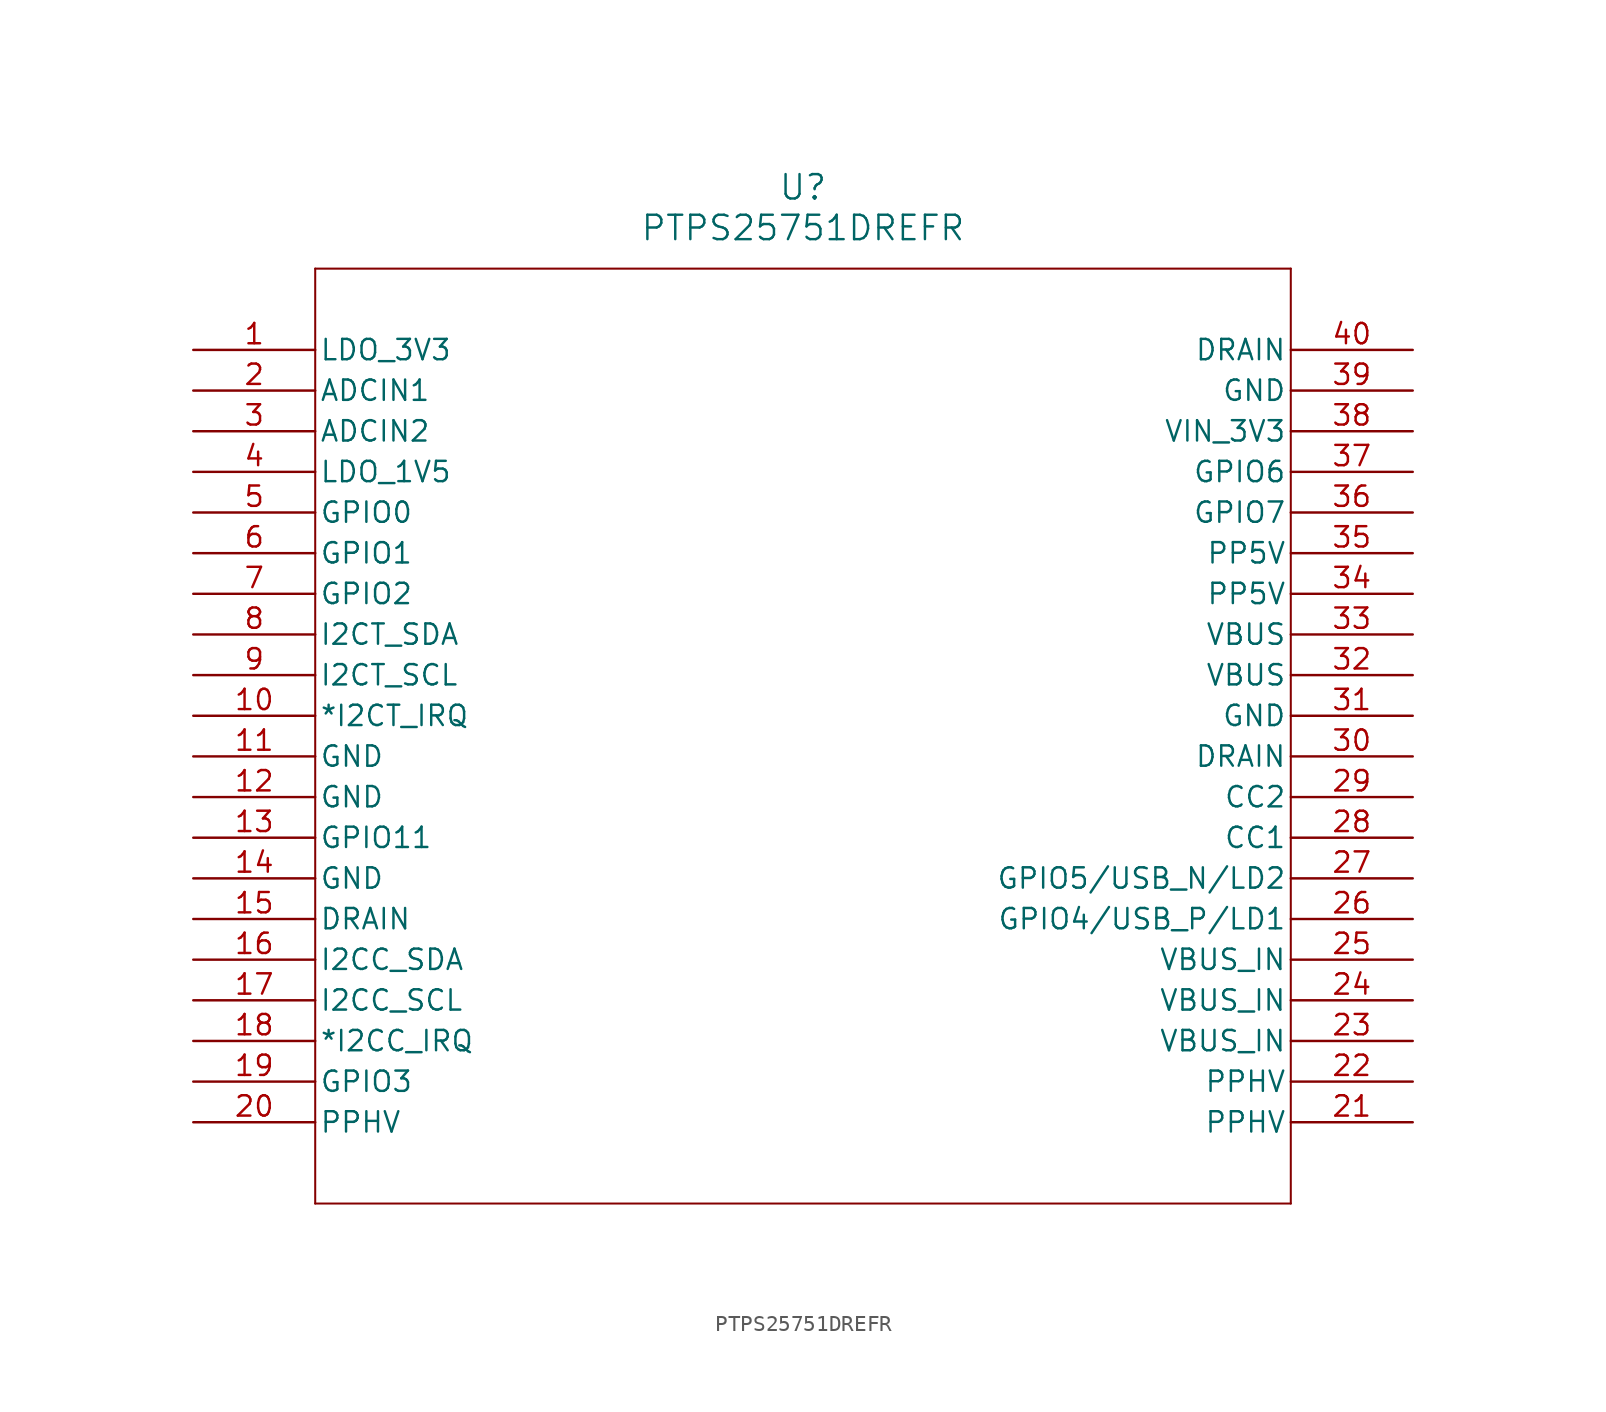
<source format=kicad_sym>
(kicad_symbol_lib
  (version 20211014)
  (generator kicad_symbol_editor)
  (symbol "PTPS25751DREFR"
    (pin_names
      (offset 0.254))
    (property "Reference" "U"
      (at 38.1 10.16 0)
      (effects (font (size 1.524 1.524))))
    (property "Value" "PTPS25751DREFR"
      (at 38.1 7.62 0)
      (effects (font (size 1.524 1.524))))
    (symbol "PTPS25751DREFR_0_1"
      (polyline (pts (xy 7.62 5.08) (xy 7.62 -53.34)) (stroke (width 0.127) (type default) (color 0 0 0 0)) (fill (type none)))
      (polyline (pts (xy 7.62 -53.34) (xy 68.58 -53.34)) (stroke (width 0.127) (type default) (color 0 0 0 0)) (fill (type none)))
      (polyline (pts (xy 68.58 -53.34) (xy 68.58 5.08)) (stroke (width 0.127) (type default) (color 0 0 0 0)) (fill (type none)))
      (polyline (pts (xy 68.58 5.08) (xy 7.62 5.08)) (stroke (width 0.127) (type default) (color 0 0 0 0)) (fill (type none)))
      (pin output line (at 0 0 0) (length 7.62) (name "LDO_3V3" (effects (font (size 1.27 1.27)))) (number "1" (effects (font (size 1.27 1.27)))))
      (pin input line (at 0 -2.54 0) (length 7.62) (name "ADCIN1" (effects (font (size 1.27 1.27)))) (number "2" (effects (font (size 1.27 1.27)))))
      (pin input line (at 0 -5.08 0) (length 7.62) (name "ADCIN2" (effects (font (size 1.27 1.27)))) (number "3" (effects (font (size 1.27 1.27)))))
      (pin output line (at 0 -7.62 0) (length 7.62) (name "LDO_1V5" (effects (font (size 1.27 1.27)))) (number "4" (effects (font (size 1.27 1.27)))))
      (pin bidirectional line (at 0 -10.16 0) (length 7.62) (name "GPIO0" (effects (font (size 1.27 1.27)))) (number "5" (effects (font (size 1.27 1.27)))))
      (pin bidirectional line (at 0 -12.7 0) (length 7.62) (name "GPIO1" (effects (font (size 1.27 1.27)))) (number "6" (effects (font (size 1.27 1.27)))))
      (pin bidirectional line (at 0 -15.24 0) (length 7.62) (name "GPIO2" (effects (font (size 1.27 1.27)))) (number "7" (effects (font (size 1.27 1.27)))))
      (pin unspecified line (at 0 -17.78 0) (length 7.62) (name "I2CT_SDA" (effects (font (size 1.27 1.27)))) (number "8" (effects (font (size 1.27 1.27)))))
      (pin input line (at 0 -20.32 0) (length 7.62) (name "I2CT_SCL" (effects (font (size 1.27 1.27)))) (number "9" (effects (font (size 1.27 1.27)))))
      (pin output line (at 0 -22.86 0) (length 7.62) (name "*I2CT_IRQ" (effects (font (size 1.27 1.27)))) (number "10" (effects (font (size 1.27 1.27)))))
      (pin power_out line (at 0 -25.4 0) (length 7.62) (name "GND" (effects (font (size 1.27 1.27)))) (number "11" (effects (font (size 1.27 1.27)))))
      (pin power_out line (at 0 -27.94 0) (length 7.62) (name "GND" (effects (font (size 1.27 1.27)))) (number "12" (effects (font (size 1.27 1.27)))))
      (pin bidirectional line (at 0 -30.48 0) (length 7.62) (name "GPIO11" (effects (font (size 1.27 1.27)))) (number "13" (effects (font (size 1.27 1.27)))))
      (pin power_out line (at 0 -33.02 0) (length 7.62) (name "GND" (effects (font (size 1.27 1.27)))) (number "14" (effects (font (size 1.27 1.27)))))
      (pin unspecified line (at 0 -35.56 0) (length 7.62) (name "DRAIN" (effects (font (size 1.27 1.27)))) (number "15" (effects (font (size 1.27 1.27)))))
      (pin bidirectional line (at 0 -38.1 0) (length 7.62) (name "I2CC_SDA" (effects (font (size 1.27 1.27)))) (number "16" (effects (font (size 1.27 1.27)))))
      (pin output line (at 0 -40.64 0) (length 7.62) (name "I2CC_SCL" (effects (font (size 1.27 1.27)))) (number "17" (effects (font (size 1.27 1.27)))))
      (pin input line (at 0 -43.18 0) (length 7.62) (name "*I2CC_IRQ" (effects (font (size 1.27 1.27)))) (number "18" (effects (font (size 1.27 1.27)))))
      (pin bidirectional line (at 0 -45.72 0) (length 7.62) (name "GPIO3" (effects (font (size 1.27 1.27)))) (number "19" (effects (font (size 1.27 1.27)))))
      (pin bidirectional line (at 0 -48.26 0) (length 7.62) (name "PPHV" (effects (font (size 1.27 1.27)))) (number "20" (effects (font (size 1.27 1.27)))))
      (pin bidirectional line (at 76.2 -48.26 180) (length 7.62) (name "PPHV" (effects (font (size 1.27 1.27)))) (number "21" (effects (font (size 1.27 1.27)))))
      (pin bidirectional line (at 76.2 -45.72 180) (length 7.62) (name "PPHV" (effects (font (size 1.27 1.27)))) (number "22" (effects (font (size 1.27 1.27)))))
      (pin bidirectional line (at 76.2 -43.18 180) (length 7.62) (name "VBUS_IN" (effects (font (size 1.27 1.27)))) (number "23" (effects (font (size 1.27 1.27)))))
      (pin bidirectional line (at 76.2 -40.64 180) (length 7.62) (name "VBUS_IN" (effects (font (size 1.27 1.27)))) (number "24" (effects (font (size 1.27 1.27)))))
      (pin bidirectional line (at 76.2 -38.1 180) (length 7.62) (name "VBUS_IN" (effects (font (size 1.27 1.27)))) (number "25" (effects (font (size 1.27 1.27)))))
      (pin bidirectional line (at 76.2 -35.56 180) (length 7.62) (name "GPIO4/USB_P/LD1" (effects (font (size 1.27 1.27)))) (number "26" (effects (font (size 1.27 1.27)))))
      (pin bidirectional line (at 76.2 -33.02 180) (length 7.62) (name "GPIO5/USB_N/LD2" (effects (font (size 1.27 1.27)))) (number "27" (effects (font (size 1.27 1.27)))))
      (pin bidirectional line (at 76.2 -30.48 180) (length 7.62) (name "CC1" (effects (font (size 1.27 1.27)))) (number "28" (effects (font (size 1.27 1.27)))))
      (pin bidirectional line (at 76.2 -27.94 180) (length 7.62) (name "CC2" (effects (font (size 1.27 1.27)))) (number "29" (effects (font (size 1.27 1.27)))))
      (pin unspecified line (at 76.2 -25.4 180) (length 7.62) (name "DRAIN" (effects (font (size 1.27 1.27)))) (number "30" (effects (font (size 1.27 1.27)))))
      (pin power_out line (at 76.2 -22.86 180) (length 7.62) (name "GND" (effects (font (size 1.27 1.27)))) (number "31" (effects (font (size 1.27 1.27)))))
      (pin output line (at 76.2 -20.32 180) (length 7.62) (name "VBUS" (effects (font (size 1.27 1.27)))) (number "32" (effects (font (size 1.27 1.27)))))
      (pin output line (at 76.2 -17.78 180) (length 7.62) (name "VBUS" (effects (font (size 1.27 1.27)))) (number "33" (effects (font (size 1.27 1.27)))))
      (pin input line (at 76.2 -15.24 180) (length 7.62) (name "PP5V" (effects (font (size 1.27 1.27)))) (number "34" (effects (font (size 1.27 1.27)))))
      (pin input line (at 76.2 -12.7 180) (length 7.62) (name "PP5V" (effects (font (size 1.27 1.27)))) (number "35" (effects (font (size 1.27 1.27)))))
      (pin bidirectional line (at 76.2 -10.16 180) (length 7.62) (name "GPIO7" (effects (font (size 1.27 1.27)))) (number "36" (effects (font (size 1.27 1.27)))))
      (pin bidirectional line (at 76.2 -7.62 180) (length 7.62) (name "GPIO6" (effects (font (size 1.27 1.27)))) (number "37" (effects (font (size 1.27 1.27)))))
      (pin input line (at 76.2 -5.08 180) (length 7.62) (name "VIN_3V3" (effects (font (size 1.27 1.27)))) (number "38" (effects (font (size 1.27 1.27)))))
      (pin power_out line (at 76.2 -2.54 180) (length 7.62) (name "GND" (effects (font (size 1.27 1.27)))) (number "39" (effects (font (size 1.27 1.27)))))
      (pin unspecified line (at 76.2 0 180) (length 7.62) (name "DRAIN" (effects (font (size 1.27 1.27)))) (number "40" (effects (font (size 1.27 1.27))))))))
</source>
